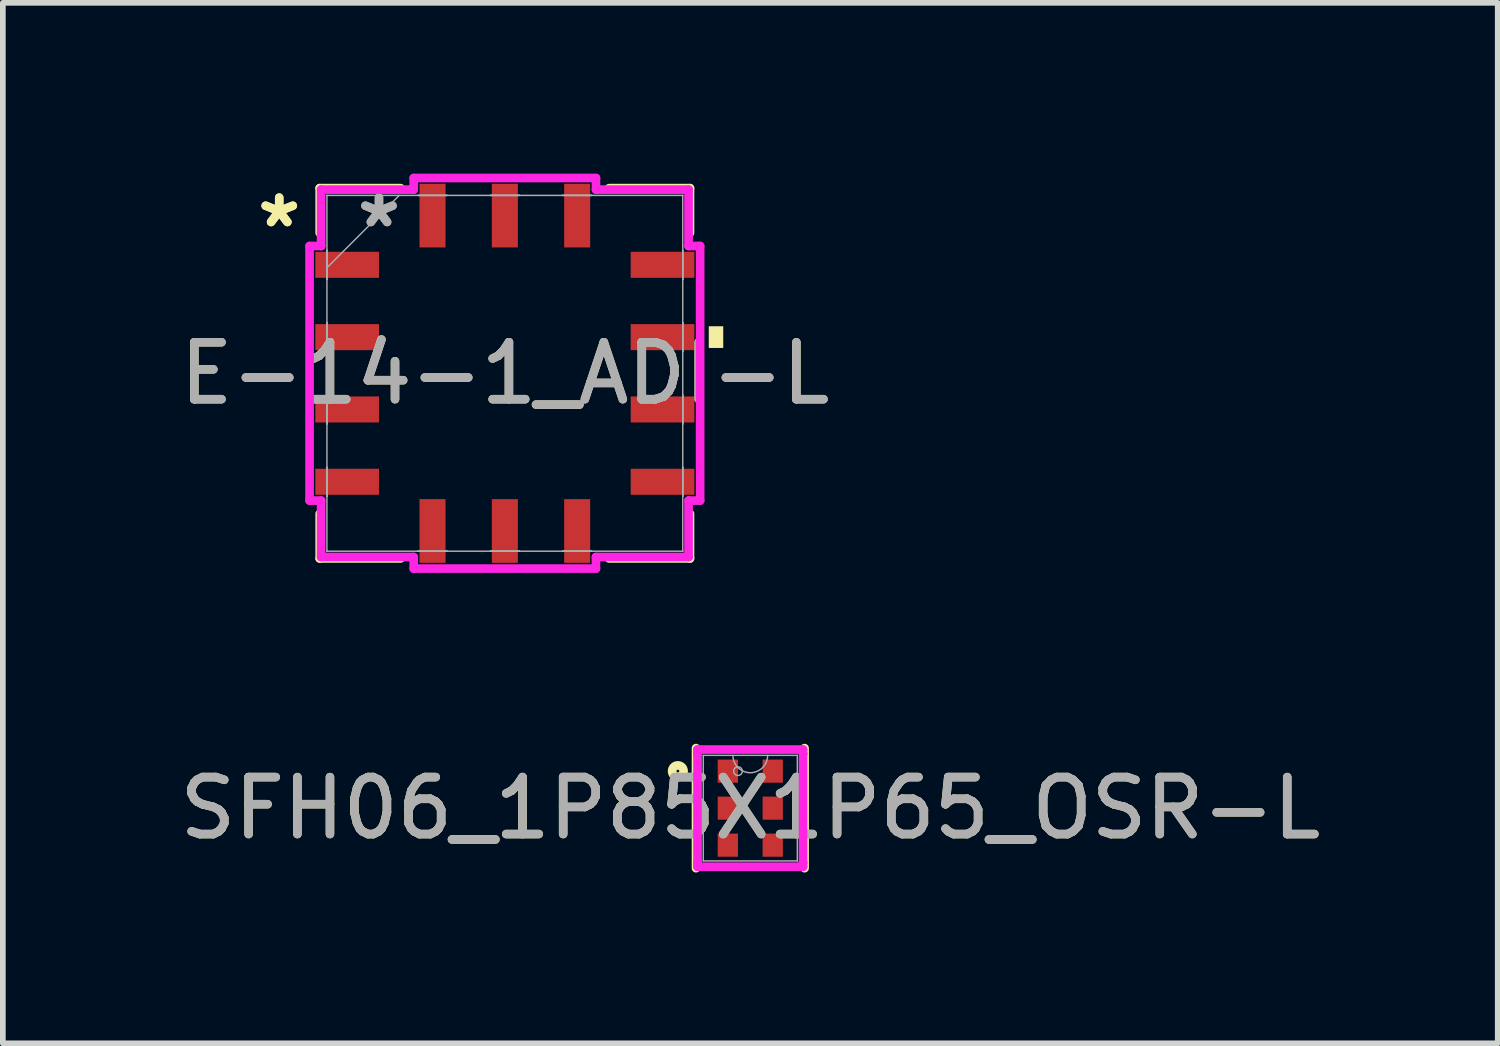
<source format=kicad_pcb>
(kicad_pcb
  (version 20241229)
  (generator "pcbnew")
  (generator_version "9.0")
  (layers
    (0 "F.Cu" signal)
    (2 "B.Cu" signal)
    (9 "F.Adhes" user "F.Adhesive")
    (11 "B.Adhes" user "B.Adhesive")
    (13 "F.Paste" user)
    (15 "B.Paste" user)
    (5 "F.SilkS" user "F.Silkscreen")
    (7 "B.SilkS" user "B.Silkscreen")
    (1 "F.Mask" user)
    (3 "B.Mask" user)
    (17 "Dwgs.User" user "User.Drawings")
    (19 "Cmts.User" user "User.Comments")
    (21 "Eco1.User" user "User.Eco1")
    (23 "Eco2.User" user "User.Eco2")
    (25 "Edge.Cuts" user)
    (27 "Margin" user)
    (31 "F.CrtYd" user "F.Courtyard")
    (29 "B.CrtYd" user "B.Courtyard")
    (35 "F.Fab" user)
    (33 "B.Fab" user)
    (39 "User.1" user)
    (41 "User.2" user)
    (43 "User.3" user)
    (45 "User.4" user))
  (footprint "SFH06_1P85X1P65_OSR-L"
    (layer "F.Cu")
    (at 10.125 11.141)
    (property "Reference" "SFH06_1P85X1P65_OSR-L" (at 0 0 0) (unlocked yes) (layer "F.SilkS") (effects (font (size 1 1) (thickness 0.15))))
    (attr smd)
    (fp_line (start -0.953 -1.054) (end -0.953 1.054) (stroke (width 0.152) (type solid)) (layer "F.SilkS"))
    (fp_line (start 0.953 1.054) (end 0.953 -1.054) (stroke (width 0.152) (type solid)) (layer "F.SilkS"))
    (fp_circle (center -1.272 -0.65) (end -1.171 -0.65) (stroke (width 0.152) (type solid)) (fill no) (layer "F.SilkS"))
    (fp_line (start -0.927 -1.029) (end 0.927 -1.029) (stroke (width 0.152) (type solid)) (layer "F.CrtYd"))
    (fp_line (start -0.927 -0.955) (end -0.927 -1.029) (stroke (width 0.152) (type solid)) (layer "F.CrtYd"))
    (fp_line (start -0.927 -0.955) (end -0.927 -0.955) (stroke (width 0.152) (type solid)) (layer "F.CrtYd"))
    (fp_line (start -0.927 0.955) (end -0.927 -0.955) (stroke (width 0.152) (type solid)) (layer "F.CrtYd"))
    (fp_line (start -0.927 0.955) (end -0.927 0.955) (stroke (width 0.152) (type solid)) (layer "F.CrtYd"))
    (fp_line (start -0.927 1.029) (end -0.927 0.955) (stroke (width 0.152) (type solid)) (layer "F.CrtYd"))
    (fp_line (start 0.927 -1.029) (end 0.927 -0.955) (stroke (width 0.152) (type solid)) (layer "F.CrtYd"))
    (fp_line (start 0.927 -0.955) (end 0.927 -0.955) (stroke (width 0.152) (type solid)) (layer "F.CrtYd"))
    (fp_line (start 0.927 -0.955) (end 0.927 0.955) (stroke (width 0.152) (type solid)) (layer "F.CrtYd"))
    (fp_line (start 0.927 0.955) (end 0.927 0.955) (stroke (width 0.152) (type solid)) (layer "F.CrtYd"))
    (fp_line (start 0.927 0.955) (end 0.927 1.029) (stroke (width 0.152) (type solid)) (layer "F.CrtYd"))
    (fp_line (start 0.927 1.029) (end -0.927 1.029) (stroke (width 0.152) (type solid)) (layer "F.CrtYd"))
    (fp_line (start -0.826 -0.927) (end -0.826 0.927) (stroke (width 0.025) (type solid)) (layer "F.Fab"))
    (fp_line (start -0.826 0.927) (end 0.826 0.927) (stroke (width 0.025) (type solid)) (layer "F.Fab"))
    (fp_line (start 0.826 -0.927) (end -0.826 -0.927) (stroke (width 0.025) (type solid)) (layer "F.Fab"))
    (fp_line (start 0.826 0.927) (end 0.826 -0.927) (stroke (width 0.025) (type solid)) (layer "F.Fab"))
    (fp_arc (start 0.3048 -0.9271) (mid 0 -0.6223) (end -0.3048 -0.9271) (stroke (width 0.0254) (type solid)) (layer "F.Fab"))
    (fp_circle (center -0.216 -0.65) (end -0.14 -0.65) (stroke (width 0.025) (type solid)) (fill no) (layer "F.Fab"))
    (fp_text user "${REFERENCE}" (at 0 0 0) (unlocked yes) (layer "F.Fab") (effects (font (size 1 1) (thickness 0.15))))
    (pad "1" smd rect (at -0.394 -0.65) (size 0.356 0.406) (layers "F.Cu" "F.Mask" "F.Paste"))
    (pad "2" smd rect (at -0.394 0) (size 0.356 0.406) (layers "F.Cu" "F.Mask" "F.Paste"))
    (pad "3" smd rect (at -0.394 0.65) (size 0.356 0.406) (layers "F.Cu" "F.Mask" "F.Paste"))
    (pad "4" smd rect (at 0.394 0.65) (size 0.356 0.406) (layers "F.Cu" "F.Mask" "F.Paste"))
    (pad "5" smd rect (at 0.394 0) (size 0.356 0.406) (layers "F.Cu" "F.Mask" "F.Paste"))
    (pad "6" smd rect (at 0.394 -0.65) (size 0.356 0.406) (layers "F.Cu" "F.Mask" "F.Paste")))
  (footprint "E-14-1_ADI-L"
    (layer "F.Cu")
    (at 5.815 3.505)
    (property "Reference" "E-14-1_ADI-L" (at 0 0 0) (unlocked yes) (layer "F.SilkS") (effects (font (size 1 1) (thickness 0.15))))
    (attr smd)
    (fp_line (start -3.251 -3.251) (end -3.251 -2.466) (stroke (width 0.152) (type solid)) (layer "F.SilkS"))
    (fp_line (start -3.251 2.466) (end -3.251 3.251) (stroke (width 0.152) (type solid)) (layer "F.SilkS"))
    (fp_line (start -3.251 3.251) (end -1.831 3.251) (stroke (width 0.152) (type solid)) (layer "F.SilkS"))
    (fp_line (start -1.831 -3.251) (end -3.251 -3.251) (stroke (width 0.152) (type solid)) (layer "F.SilkS"))
    (fp_line (start 1.831 3.251) (end 3.251 3.251) (stroke (width 0.152) (type solid)) (layer "F.SilkS"))
    (fp_line (start 3.251 -3.251) (end 1.831 -3.251) (stroke (width 0.152) (type solid)) (layer "F.SilkS"))
    (fp_line (start 3.251 -2.466) (end 3.251 -3.251) (stroke (width 0.152) (type solid)) (layer "F.SilkS"))
    (fp_line (start 3.251 3.251) (end 3.251 2.466) (stroke (width 0.152) (type solid)) (layer "F.SilkS"))
    (fp_poly (pts (xy 3.835 -0.826) (xy 3.835 -0.445) (xy 3.581 -0.445) (xy 3.581 -0.826)) (stroke (width 0) (type solid)) (fill yes) (layer "F.SilkS"))
    (fp_line (start -3.429 -2.235) (end -3.226 -2.235) (stroke (width 0.152) (type solid)) (layer "F.CrtYd"))
    (fp_line (start -3.429 2.235) (end -3.429 -2.235) (stroke (width 0.152) (type solid)) (layer "F.CrtYd"))
    (fp_line (start -3.226 -3.226) (end -1.6 -3.226) (stroke (width 0.152) (type solid)) (layer "F.CrtYd"))
    (fp_line (start -3.226 -2.235) (end -3.226 -3.226) (stroke (width 0.152) (type solid)) (layer "F.CrtYd"))
    (fp_line (start -3.226 2.235) (end -3.429 2.235) (stroke (width 0.152) (type solid)) (layer "F.CrtYd"))
    (fp_line (start -3.226 3.226) (end -3.226 2.235) (stroke (width 0.152) (type solid)) (layer "F.CrtYd"))
    (fp_line (start -1.6 -3.429) (end 1.6 -3.429) (stroke (width 0.152) (type solid)) (layer "F.CrtYd"))
    (fp_line (start -1.6 -3.226) (end -1.6 -3.429) (stroke (width 0.152) (type solid)) (layer "F.CrtYd"))
    (fp_line (start -1.6 3.226) (end -3.226 3.226) (stroke (width 0.152) (type solid)) (layer "F.CrtYd"))
    (fp_line (start -1.6 3.429) (end -1.6 3.226) (stroke (width 0.152) (type solid)) (layer "F.CrtYd"))
    (fp_line (start 1.6 -3.429) (end 1.6 -3.226) (stroke (width 0.152) (type solid)) (layer "F.CrtYd"))
    (fp_line (start 1.6 -3.226) (end 3.226 -3.226) (stroke (width 0.152) (type solid)) (layer "F.CrtYd"))
    (fp_line (start 1.6 3.226) (end 1.6 3.429) (stroke (width 0.152) (type solid)) (layer "F.CrtYd"))
    (fp_line (start 1.6 3.429) (end -1.6 3.429) (stroke (width 0.152) (type solid)) (layer "F.CrtYd"))
    (fp_line (start 3.226 -3.226) (end 3.226 -2.235) (stroke (width 0.152) (type solid)) (layer "F.CrtYd"))
    (fp_line (start 3.226 -2.235) (end 3.429 -2.235) (stroke (width 0.152) (type solid)) (layer "F.CrtYd"))
    (fp_line (start 3.226 2.235) (end 3.226 3.226) (stroke (width 0.152) (type solid)) (layer "F.CrtYd"))
    (fp_line (start 3.226 3.226) (end 1.6 3.226) (stroke (width 0.152) (type solid)) (layer "F.CrtYd"))
    (fp_line (start 3.429 -2.235) (end 3.429 2.235) (stroke (width 0.152) (type solid)) (layer "F.CrtYd"))
    (fp_line (start 3.429 2.235) (end 3.226 2.235) (stroke (width 0.152) (type solid)) (layer "F.CrtYd"))
    (fp_line (start -3.124 -3.124) (end -3.124 -3.124) (stroke (width 0.025) (type solid)) (layer "F.Fab"))
    (fp_line (start -3.124 -3.124) (end -3.124 3.124) (stroke (width 0.025) (type solid)) (layer "F.Fab"))
    (fp_line (start -3.124 -2.159) (end -3.124 -2.159) (stroke (width 0.025) (type solid)) (layer "F.Fab"))
    (fp_line (start -3.124 -2.159) (end -3.124 -1.651) (stroke (width 0.025) (type solid)) (layer "F.Fab"))
    (fp_line (start -3.124 -1.854) (end -1.854 -3.124) (stroke (width 0.025) (type solid)) (layer "F.Fab"))
    (fp_line (start -3.124 -1.651) (end -3.124 -2.159) (stroke (width 0.025) (type solid)) (layer "F.Fab"))
    (fp_line (start -3.124 -1.651) (end -3.124 -1.651) (stroke (width 0.025) (type solid)) (layer "F.Fab"))
    (fp_line (start -3.124 -0.889) (end -3.124 -0.889) (stroke (width 0.025) (type solid)) (layer "F.Fab"))
    (fp_line (start -3.124 -0.889) (end -3.124 -0.381) (stroke (width 0.025) (type solid)) (layer "F.Fab"))
    (fp_line (start -3.124 -0.381) (end -3.124 -0.889) (stroke (width 0.025) (type solid)) (layer "F.Fab"))
    (fp_line (start -3.124 -0.381) (end -3.124 -0.381) (stroke (width 0.025) (type solid)) (layer "F.Fab"))
    (fp_line (start -3.124 0.381) (end -3.124 0.381) (stroke (width 0.025) (type solid)) (layer "F.Fab"))
    (fp_line (start -3.124 0.381) (end -3.124 0.889) (stroke (width 0.025) (type solid)) (layer "F.Fab"))
    (fp_line (start -3.124 0.889) (end -3.124 0.381) (stroke (width 0.025) (type solid)) (layer "F.Fab"))
    (fp_line (start -3.124 0.889) (end -3.124 0.889) (stroke (width 0.025) (type solid)) (layer "F.Fab"))
    (fp_line (start -3.124 1.651) (end -3.124 1.651) (stroke (width 0.025) (type solid)) (layer "F.Fab"))
    (fp_line (start -3.124 1.651) (end -3.124 2.159) (stroke (width 0.025) (type solid)) (layer "F.Fab"))
    (fp_line (start -3.124 2.159) (end -3.124 1.651) (stroke (width 0.025) (type solid)) (layer "F.Fab"))
    (fp_line (start -3.124 2.159) (end -3.124 2.159) (stroke (width 0.025) (type solid)) (layer "F.Fab"))
    (fp_line (start -3.124 3.124) (end -3.124 3.124) (stroke (width 0.025) (type solid)) (layer "F.Fab"))
    (fp_line (start -3.124 3.124) (end 3.124 3.124) (stroke (width 0.025) (type solid)) (layer "F.Fab"))
    (fp_line (start -1.524 -3.124) (end -1.524 -3.124) (stroke (width 0.025) (type solid)) (layer "F.Fab"))
    (fp_line (start -1.524 -3.124) (end -1.016 -3.124) (stroke (width 0.025) (type solid)) (layer "F.Fab"))
    (fp_line (start -1.524 3.124) (end -1.524 3.124) (stroke (width 0.025) (type solid)) (layer "F.Fab"))
    (fp_line (start -1.524 3.124) (end -1.016 3.124) (stroke (width 0.025) (type solid)) (layer "F.Fab"))
    (fp_line (start -1.016 -3.124) (end -1.524 -3.124) (stroke (width 0.025) (type solid)) (layer "F.Fab"))
    (fp_line (start -1.016 -3.124) (end -1.016 -3.124) (stroke (width 0.025) (type solid)) (layer "F.Fab"))
    (fp_line (start -1.016 3.124) (end -1.524 3.124) (stroke (width 0.025) (type solid)) (layer "F.Fab"))
    (fp_line (start -1.016 3.124) (end -1.016 3.124) (stroke (width 0.025) (type solid)) (layer "F.Fab"))
    (fp_line (start -0.254 -3.124) (end -0.254 -3.124) (stroke (width 0.025) (type solid)) (layer "F.Fab"))
    (fp_line (start -0.254 -3.124) (end 0.254 -3.124) (stroke (width 0.025) (type solid)) (layer "F.Fab"))
    (fp_line (start -0.254 3.124) (end -0.254 3.124) (stroke (width 0.025) (type solid)) (layer "F.Fab"))
    (fp_line (start -0.254 3.124) (end 0.254 3.124) (stroke (width 0.025) (type solid)) (layer "F.Fab"))
    (fp_line (start 0.254 -3.124) (end -0.254 -3.124) (stroke (width 0.025) (type solid)) (layer "F.Fab"))
    (fp_line (start 0.254 -3.124) (end 0.254 -3.124) (stroke (width 0.025) (type solid)) (layer "F.Fab"))
    (fp_line (start 0.254 3.124) (end -0.254 3.124) (stroke (width 0.025) (type solid)) (layer "F.Fab"))
    (fp_line (start 0.254 3.124) (end 0.254 3.124) (stroke (width 0.025) (type solid)) (layer "F.Fab"))
    (fp_line (start 1.016 -3.124) (end 1.016 -3.124) (stroke (width 0.025) (type solid)) (layer "F.Fab"))
    (fp_line (start 1.016 -3.124) (end 1.524 -3.124) (stroke (width 0.025) (type solid)) (layer "F.Fab"))
    (fp_line (start 1.016 3.124) (end 1.016 3.124) (stroke (width 0.025) (type solid)) (layer "F.Fab"))
    (fp_line (start 1.016 3.124) (end 1.524 3.124) (stroke (width 0.025) (type solid)) (layer "F.Fab"))
    (fp_line (start 1.524 -3.124) (end 1.016 -3.124) (stroke (width 0.025) (type solid)) (layer "F.Fab"))
    (fp_line (start 1.524 -3.124) (end 1.524 -3.124) (stroke (width 0.025) (type solid)) (layer "F.Fab"))
    (fp_line (start 1.524 3.124) (end 1.016 3.124) (stroke (width 0.025) (type solid)) (layer "F.Fab"))
    (fp_line (start 1.524 3.124) (end 1.524 3.124) (stroke (width 0.025) (type solid)) (layer "F.Fab"))
    (fp_line (start 3.124 -3.124) (end -3.124 -3.124) (stroke (width 0.025) (type solid)) (layer "F.Fab"))
    (fp_line (start 3.124 -3.124) (end 3.124 -3.124) (stroke (width 0.025) (type solid)) (layer "F.Fab"))
    (fp_line (start 3.124 -2.159) (end 3.124 -2.159) (stroke (width 0.025) (type solid)) (layer "F.Fab"))
    (fp_line (start 3.124 -2.159) (end 3.124 -1.651) (stroke (width 0.025) (type solid)) (layer "F.Fab"))
    (fp_line (start 3.124 -1.651) (end 3.124 -2.159) (stroke (width 0.025) (type solid)) (layer "F.Fab"))
    (fp_line (start 3.124 -1.651) (end 3.124 -1.651) (stroke (width 0.025) (type solid)) (layer "F.Fab"))
    (fp_line (start 3.124 -0.889) (end 3.124 -0.889) (stroke (width 0.025) (type solid)) (layer "F.Fab"))
    (fp_line (start 3.124 -0.889) (end 3.124 -0.381) (stroke (width 0.025) (type solid)) (layer "F.Fab"))
    (fp_line (start 3.124 -0.381) (end 3.124 -0.889) (stroke (width 0.025) (type solid)) (layer "F.Fab"))
    (fp_line (start 3.124 -0.381) (end 3.124 -0.381) (stroke (width 0.025) (type solid)) (layer "F.Fab"))
    (fp_line (start 3.124 0.381) (end 3.124 0.381) (stroke (width 0.025) (type solid)) (layer "F.Fab"))
    (fp_line (start 3.124 0.381) (end 3.124 0.889) (stroke (width 0.025) (type solid)) (layer "F.Fab"))
    (fp_line (start 3.124 0.889) (end 3.124 0.381) (stroke (width 0.025) (type solid)) (layer "F.Fab"))
    (fp_line (start 3.124 0.889) (end 3.124 0.889) (stroke (width 0.025) (type solid)) (layer "F.Fab"))
    (fp_line (start 3.124 1.651) (end 3.124 1.651) (stroke (width 0.025) (type solid)) (layer "F.Fab"))
    (fp_line (start 3.124 1.651) (end 3.124 2.159) (stroke (width 0.025) (type solid)) (layer "F.Fab"))
    (fp_line (start 3.124 2.159) (end 3.124 1.651) (stroke (width 0.025) (type solid)) (layer "F.Fab"))
    (fp_line (start 3.124 2.159) (end 3.124 2.159) (stroke (width 0.025) (type solid)) (layer "F.Fab"))
    (fp_line (start 3.124 3.124) (end 3.124 -3.124) (stroke (width 0.025) (type solid)) (layer "F.Fab"))
    (fp_line (start 3.124 3.124) (end 3.124 3.124) (stroke (width 0.025) (type solid)) (layer "F.Fab"))
    (fp_text user "*" (at -3.962 -2.54 0) (unlocked yes) (layer "F.SilkS") (effects (font (size 1 1) (thickness 0.15))))
    (fp_text user "*" (at -3.962 -2.54 0) (layer "F.SilkS") (effects (font (size 1 1) (thickness 0.15))))
    (fp_text user "${REFERENCE}" (at 0 0 0) (unlocked yes) (layer "F.Fab") (effects (font (size 1 1) (thickness 0.15))))
    (fp_text user "*" (at -2.21 -2.54 0) (unlocked yes) (layer "F.Fab") (effects (font (size 1 1) (thickness 0.15))))
    (fp_text user "*" (at -2.21 -2.54 0) (layer "F.Fab") (effects (font (size 1 1) (thickness 0.15))))
    (pad "1" smd rect (at -2.769 -1.905 90) (size 0.457 1.118) (layers "F.Cu" "F.Mask" "F.Paste"))
    (pad "2" smd rect (at -2.769 -0.635 90) (size 0.457 1.118) (layers "F.Cu" "F.Mask" "F.Paste"))
    (pad "3" smd rect (at -2.769 0.635 90) (size 0.457 1.118) (layers "F.Cu" "F.Mask" "F.Paste"))
    (pad "4" smd rect (at -2.769 1.905 90) (size 0.457 1.118) (layers "F.Cu" "F.Mask" "F.Paste"))
    (pad "5" smd rect (at -1.27 2.769) (size 0.457 1.118) (layers "F.Cu" "F.Mask" "F.Paste"))
    (pad "6" smd rect (at 0 2.769) (size 0.457 1.118) (layers "F.Cu" "F.Mask" "F.Paste"))
    (pad "7" smd rect (at 1.27 2.769) (size 0.457 1.118) (layers "F.Cu" "F.Mask" "F.Paste"))
    (pad "8" smd rect (at 2.769 1.905 90) (size 0.457 1.118) (layers "F.Cu" "F.Mask" "F.Paste"))
    (pad "9" smd rect (at 2.769 0.635 90) (size 0.457 1.118) (layers "F.Cu" "F.Mask" "F.Paste"))
    (pad "10" smd rect (at 2.769 -0.635 90) (size 0.457 1.118) (layers "F.Cu" "F.Mask" "F.Paste"))
    (pad "11" smd rect (at 2.769 -1.905 90) (size 0.457 1.118) (layers "F.Cu" "F.Mask" "F.Paste"))
    (pad "12" smd rect (at 1.27 -2.769) (size 0.457 1.118) (layers "F.Cu" "F.Mask" "F.Paste"))
    (pad "13" smd rect (at 0 -2.769) (size 0.457 1.118) (layers "F.Cu" "F.Mask" "F.Paste"))
    (pad "14" smd rect (at -1.27 -2.769) (size 0.457 1.118) (layers "F.Cu" "F.Mask" "F.Paste")))
  (gr_rect
    (start -3 -3)
    (end 23.25 15.271)
    (stroke (width 0.1) (type default))
    (fill no)
    (layer "Edge.Cuts")))
</source>
